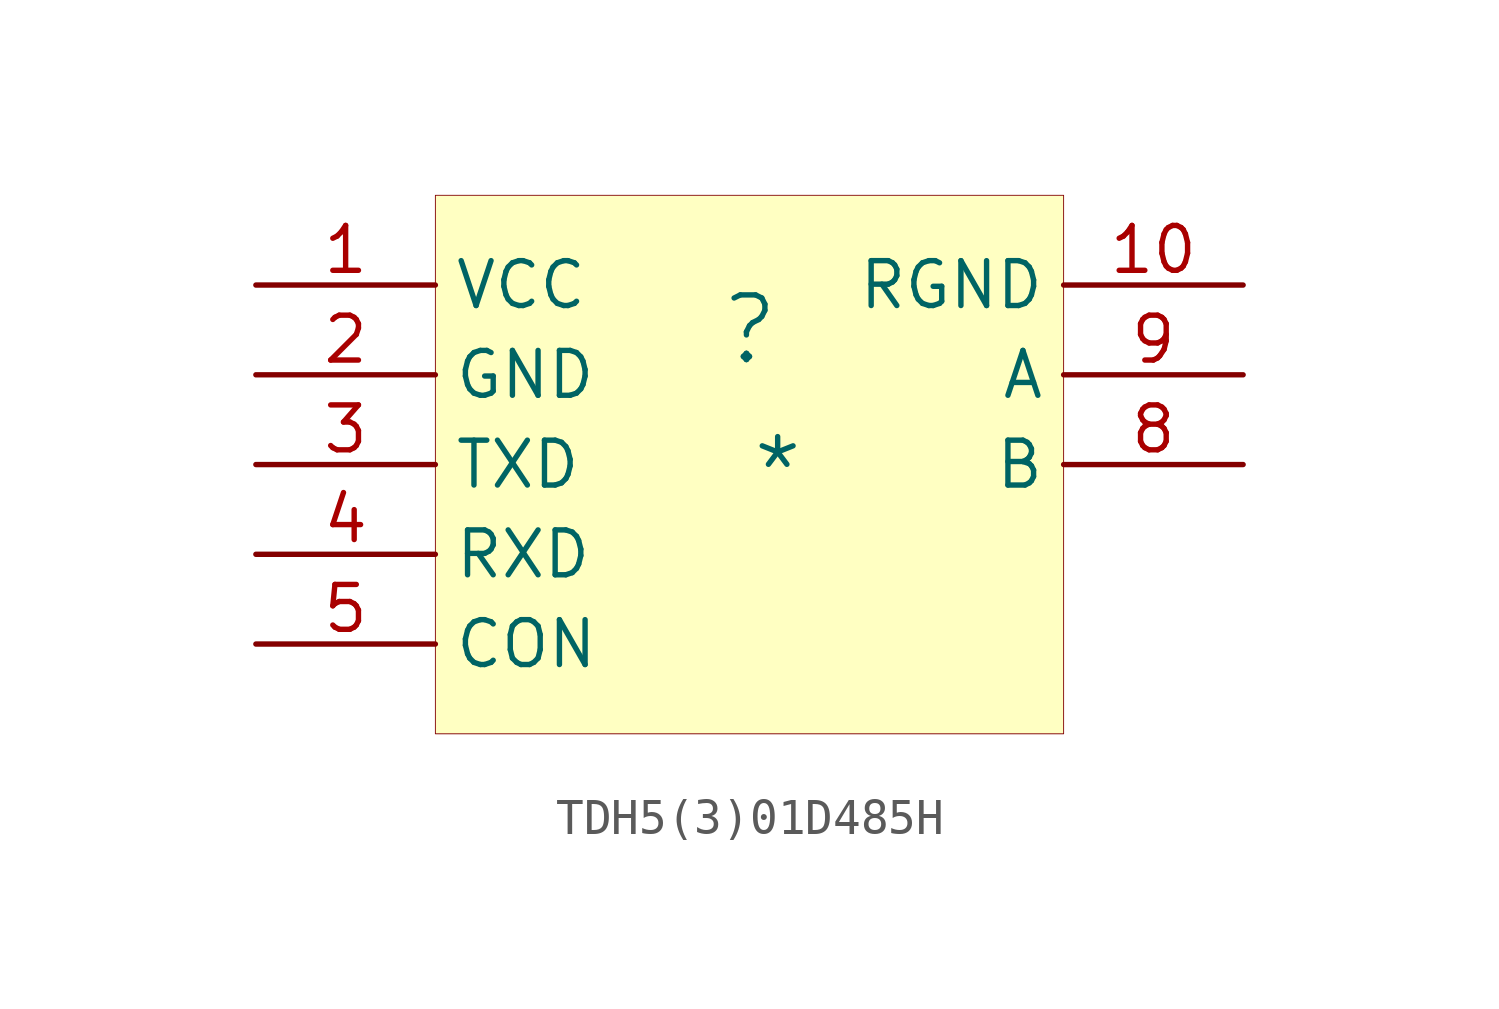
<source format=kicad_sym>
(kicad_symbol_lib
  (version 20231120)
  (generator "kicad_symbol_editor")
  (generator_version "8.0")
  (symbol "TDH5(3)01D485H"
    (property "Reference" ""
      (at -1.27 1.27 0)
      (effects (font (size 1.829 1.829))))
    (property "Value" "*"
      (at -1.27 -3.81 0)
      (effects (font (size 1.829 1.829)) (justify left bottom)))
    (symbol "TDH5(3)01D485H_1_0"
      (rectangle (start 7.62 5.08) (end -10.16 -10.16) (stroke (width 0.025) (type solid) (color 128 0 0 1)) (fill (type background)))
      (pin passive line (at -15.24 2.54 0) (length 5.08) (name "VCC" (effects (font (size 1.27 1.27)))) (number "1" (effects (font (size 1.27 1.27)))))
      (pin passive line (at 12.7 2.54 180) (length 5.08) (name "RGND" (effects (font (size 1.27 1.27)))) (number "10" (effects (font (size 1.27 1.27)))))
      (pin passive line (at -15.24 0 0) (length 5.08) (name "GND" (effects (font (size 1.27 1.27)))) (number "2" (effects (font (size 1.27 1.27)))))
      (pin passive line (at -15.24 -2.54 0) (length 5.08) (name "TXD" (effects (font (size 1.27 1.27)))) (number "3" (effects (font (size 1.27 1.27)))))
      (pin passive line (at -15.24 -5.08 0) (length 5.08) (name "RXD" (effects (font (size 1.27 1.27)))) (number "4" (effects (font (size 1.27 1.27)))))
      (pin passive line (at -15.24 -7.62 0) (length 5.08) (name "CON" (effects (font (size 1.27 1.27)))) (number "5" (effects (font (size 1.27 1.27)))))
      (pin passive line (at 12.7 -2.54 180) (length 5.08) (name "B" (effects (font (size 1.27 1.27)))) (number "8" (effects (font (size 1.27 1.27)))))
      (pin passive line (at 12.7 0 180) (length 5.08) (name "A" (effects (font (size 1.27 1.27)))) (number "9" (effects (font (size 1.27 1.27))))))))
</source>
